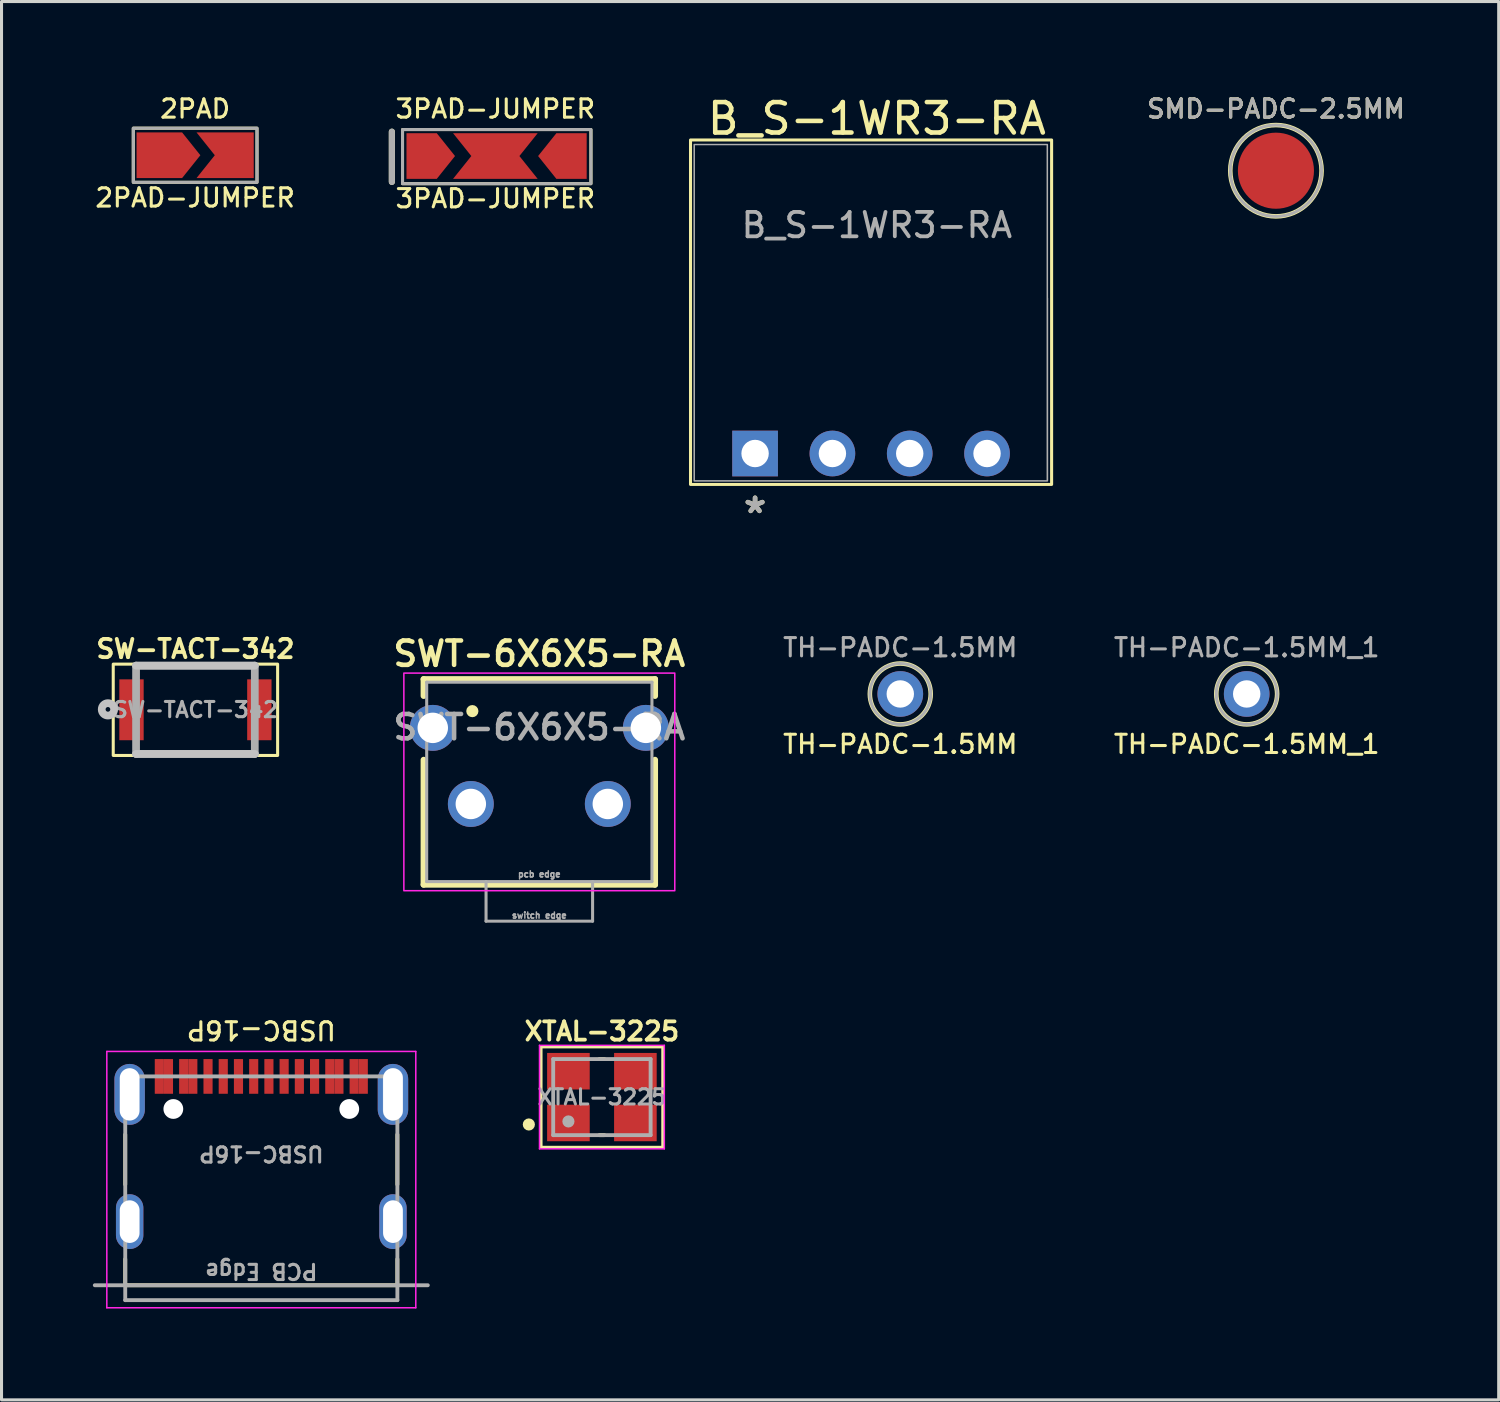
<source format=kicad_pcb>
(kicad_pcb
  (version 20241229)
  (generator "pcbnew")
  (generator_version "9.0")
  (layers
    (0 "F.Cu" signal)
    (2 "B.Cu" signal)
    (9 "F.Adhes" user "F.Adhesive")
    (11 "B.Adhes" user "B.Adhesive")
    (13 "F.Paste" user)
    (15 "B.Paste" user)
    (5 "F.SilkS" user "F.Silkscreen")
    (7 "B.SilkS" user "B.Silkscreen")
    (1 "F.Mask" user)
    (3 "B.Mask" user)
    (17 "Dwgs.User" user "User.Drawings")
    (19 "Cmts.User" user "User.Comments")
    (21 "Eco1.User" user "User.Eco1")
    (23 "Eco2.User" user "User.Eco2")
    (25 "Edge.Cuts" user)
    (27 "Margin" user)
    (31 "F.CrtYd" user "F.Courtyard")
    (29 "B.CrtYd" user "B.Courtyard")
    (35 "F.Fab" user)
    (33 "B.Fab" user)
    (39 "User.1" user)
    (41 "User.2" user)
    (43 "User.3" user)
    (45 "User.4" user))
  (footprint "SWT-6X6X5-RA"
    (layer "F.Cu")
    (at 14.667 22.111)
    (property "Reference" "SWT-6X6X5-RA" (at 0 -3.683 0) (layer "F.SilkS") (effects (font (size 0.8 0.8) (thickness 0.15))))
    (attr through_hole)
    (fp_line (start -3.8 -2.85) (end 3.8 -2.85) (stroke (width 0.2) (type solid)) (layer "F.SilkS"))
    (fp_line (start -3.8 -2.3) (end -3.8 -2.85) (stroke (width 0.2) (type solid)) (layer "F.SilkS"))
    (fp_line (start -3.8 -0.2) (end -3.8 3.9) (stroke (width 0.2) (type solid)) (layer "F.SilkS"))
    (fp_line (start -3.8 3.9) (end 3.8 3.9) (stroke (width 0.2) (type solid)) (layer "F.SilkS"))
    (fp_line (start 3.8 -2.85) (end 3.8 -2.3) (stroke (width 0.2) (type solid)) (layer "F.SilkS"))
    (fp_line (start 3.8 3.9) (end 3.8 -0.2) (stroke (width 0.2) (type solid)) (layer "F.SilkS"))
    (fp_circle (center -2.2 -1.8) (end -2.1 -1.8) (stroke (width 0.2) (type solid)) (fill no) (layer "F.SilkS"))
    (fp_rect (start -4.45 -3.05) (end 4.45 4.1) (stroke (width 0.05) (type default)) (fill no) (layer "F.CrtYd"))
    (fp_line (start -3.7 -2.75) (end 3.7 -2.75) (stroke (width 0.1) (type solid)) (layer "F.Fab"))
    (fp_line (start -3.7 3.8) (end -3.7 -2.75) (stroke (width 0.1) (type solid)) (layer "F.Fab"))
    (fp_line (start -3.7 3.8) (end 3.7 3.8) (stroke (width 0.1) (type solid)) (layer "F.Fab"))
    (fp_line (start -1.75 3.8) (end -1.75 5.1) (stroke (width 0.1) (type solid)) (layer "F.Fab"))
    (fp_line (start -1.75 5.1) (end 1.75 5.1) (stroke (width 0.1) (type solid)) (layer "F.Fab"))
    (fp_line (start 1.75 5.1) (end 1.75 3.8) (stroke (width 0.1) (type solid)) (layer "F.Fab"))
    (fp_line (start 3.7 -2.75) (end 3.7 3.8) (stroke (width 0.1) (type solid)) (layer "F.Fab"))
    (fp_text user "${REFERENCE}" (at 0 -1.27 0) (unlocked yes) (layer "F.Fab") (effects (font (size 0.8 0.8) (thickness 0.15) (bold yes))))
    (fp_text user "switch edge" (at 0 4.91 0) (layer "F.Fab") (effects (font (size 0.2 0.2) (thickness 0.15))))
    (fp_text user "pcb edge" (at 0 3.556 0) (layer "F.Fab") (effects (font (size 0.2 0.2) (thickness 0.15))))
    (pad "1" thru_hole circle (at -3.5 -1.25) (size 1.508 1.508) (drill 1) (layers "*.Cu" "*.Mask"))
    (pad "2" thru_hole circle (at -2.25 1.25) (size 1.508 1.508) (drill 1) (layers "*.Cu" "*.Mask"))
    (pad "3" thru_hole circle (at 2.25 1.25) (size 1.508 1.508) (drill 1) (layers "*.Cu" "*.Mask"))
    (pad "4" thru_hole circle (at 3.5 -1.25) (size 1.508 1.508) (drill 1) (layers "*.Cu" "*.Mask")))
  (footprint "XTAL-3225"
    (layer "F.Cu")
    (at 16.723 32.99)
    (property "Reference" "XTAL-3225" (at 0 -2.159 0) (layer "F.SilkS") (effects (font (size 0.6 0.6) (thickness 0.125) (bold yes))))
    (attr smd)
    (fp_line (start 0.08 -1.25) (end -0.08 -1.25) (stroke (width 0.127) (type solid)) (layer "F.SilkS"))
    (fp_line (start 0.08 1.25) (end -0.08 1.25) (stroke (width 0.127) (type solid)) (layer "F.SilkS"))
    (fp_rect (start -2 -1.65) (end 2 1.65) (stroke (width 0.1) (type default)) (fill no) (layer "F.SilkS"))
    (fp_circle (center -2.4 0.9) (end -2.3 0.9) (stroke (width 0.2) (type solid)) (fill no) (layer "F.SilkS"))
    (fp_line (start -2.05 1.7) (end -2.05 -1.7) (stroke (width 0.05) (type solid)) (layer "F.CrtYd"))
    (fp_line (start 2.05 -1.7) (end -2.05 -1.7) (stroke (width 0.05) (type solid)) (layer "F.CrtYd"))
    (fp_line (start 2.05 -1.7) (end 2.05 1.7) (stroke (width 0.05) (type solid)) (layer "F.CrtYd"))
    (fp_line (start 2.05 1.7) (end -2.05 1.7) (stroke (width 0.05) (type solid)) (layer "F.CrtYd"))
    (fp_line (start -1.6 1.25) (end -1.6 -1.25) (stroke (width 0.127) (type solid)) (layer "F.Fab"))
    (fp_line (start 1.6 -1.25) (end -1.6 -1.25) (stroke (width 0.127) (type solid)) (layer "F.Fab"))
    (fp_line (start 1.6 -1.25) (end 1.6 1.25) (stroke (width 0.127) (type solid)) (layer "F.Fab"))
    (fp_line (start 1.6 1.25) (end -1.6 1.25) (stroke (width 0.127) (type solid)) (layer "F.Fab"))
    (fp_circle (center -1.1 0.8) (end -1 0.8) (stroke (width 0.2) (type solid)) (fill no) (layer "F.Fab"))
    (fp_text user "${REFERENCE}" (at 0 0 0) (layer "F.Fab") (effects (font (size 0.5 0.5) (thickness 0.1) (bold yes))))
    (pad "1" smd rect (at -1.1 0.85 90) (size 1.2 1.4) (layers "F.Cu" "F.Mask" "F.Paste"))
    (pad "2" smd rect (at 1.1 0.85 90) (size 1.2 1.4) (layers "F.Cu" "F.Mask" "F.Paste"))
    (pad "3" smd rect (at 1.1 -0.85 90) (size 1.2 1.4) (layers "F.Cu" "F.Mask" "F.Paste"))
    (pad "4" smd rect (at -1.1 -0.85 90) (size 1.2 1.4) (layers "F.Cu" "F.Mask" "F.Paste")))
  (footprint "SW-TACT-342"
    (layer "F.Cu")
    (at 3.37 20.267)
    (property "Reference" "SW-TACT-342" (at 0 -2 0) (layer "F.SilkS") (effects (font (size 0.6 0.6) (thickness 0.125) (bold yes))))
    (attr smd)
    (fp_rect (start -2.7 -1.5) (end 2.7 1.5) (stroke (width 0.1) (type default)) (fill no) (layer "F.SilkS"))
    (fp_line (start -1.95 -1.45) (end 1.95 -1.45) (stroke (width 0.254) (type solid)) (layer "Dwgs.User"))
    (fp_line (start 1.95 1.45) (end -1.95 1.45) (stroke (width 0.254) (type solid)) (layer "Dwgs.User"))
    (fp_circle (center -2.874 -0.014) (end -2.797 -0.014) (stroke (width 0.254) (type solid)) (fill no) (layer "Dwgs.User"))
    (fp_line (start -1.95 -1.45) (end 1.95 -1.45) (stroke (width 0.254) (type solid)) (layer "F.Fab"))
    (fp_line (start -1.95 1.45) (end -1.95 -1.45) (stroke (width 0.254) (type solid)) (layer "F.Fab"))
    (fp_line (start 1.95 -1.45) (end 1.95 1.45) (stroke (width 0.254) (type solid)) (layer "F.Fab"))
    (fp_line (start 1.95 1.45) (end -1.95 1.45) (stroke (width 0.254) (type solid)) (layer "F.Fab"))
    (fp_text user "${REFERENCE}" (at 0 0 0) (unlocked yes) (layer "F.Fab") (effects (font (size 0.5 0.5) (thickness 0.1) (bold yes))))
    (pad "1" smd rect (at -2.1 0 90) (size 2 0.8) (layers "F.Cu" "F.Mask" "F.Paste"))
    (pad "2" smd rect (at 2.1 0 90) (size 2 0.8) (layers "F.Cu" "F.Mask" "F.Paste")))
  (footprint "USBC-16P"
    (layer "F.Cu")
    (at 5.534 32.311)
    (property "Reference" "USBC-16P" (at 0 -1.524 180) (unlocked yes) (layer "F.SilkS") (effects (font (size 0.6 0.6) (thickness 0.1) (bold yes))))
    (attr smd)
    (fp_line (start -4.47 1.91) (end -4.47 3.55) (stroke (width 0.127) (type solid)) (layer "F.SilkS"))
    (fp_line (start -4.47 6.86) (end -4.47 6) (stroke (width 0.127) (type solid)) (layer "F.SilkS"))
    (fp_line (start -4.47 6.86) (end 4.47 6.86) (stroke (width 0.127) (type solid)) (layer "F.SilkS"))
    (fp_line (start 4.47 1.91) (end 4.47 3.55) (stroke (width 0.127) (type solid)) (layer "F.SilkS"))
    (fp_line (start 4.47 6.86) (end 4.47 6) (stroke (width 0.127) (type solid)) (layer "F.SilkS"))
    (fp_line (start 4 1.14) (end 4 0.09) (stroke (width 0.01) (type solid)) (layer "Edge.Cuts"))
    (fp_line (start 4.65 0.04) (end 4.65 1.14) (stroke (width 0.01) (type solid)) (layer "Edge.Cuts"))
    (fp_arc (start 4 0.09) (mid 4.087513 -0.151274) (end 4.32 -0.26) (stroke (width 0.01) (type solid)) (layer "Edge.Cuts"))
    (fp_arc (start 4.32 -0.26) (mid 4.547132 -0.178345) (end 4.65 0.04) (stroke (width 0.01) (type solid)) (layer "Edge.Cuts"))
    (fp_arc (start 4.32 1.44) (mid 4.097868 1.356274) (end 4 1.14) (stroke (width 0.01) (type solid)) (layer "Edge.Cuts"))
    (fp_arc (start 4.65 1.14) (mid 4.547132 1.358345) (end 4.32 1.44) (stroke (width 0.01) (type solid)) (layer "Edge.Cuts"))
    (fp_line (start -5.075 -0.82) (end -5.075 7.6) (stroke (width 0.05) (type solid)) (layer "F.CrtYd"))
    (fp_line (start -5.075 7.6) (end 5.075 7.6) (stroke (width 0.05) (type solid)) (layer "F.CrtYd"))
    (fp_line (start 5.075 -0.82) (end -5.075 -0.82) (stroke (width 0.05) (type solid)) (layer "F.CrtYd"))
    (fp_line (start 5.075 7.6) (end 5.075 -0.82) (stroke (width 0.05) (type solid)) (layer "F.CrtYd"))
    (fp_line (start -5.47 6.86) (end 5.47 6.86) (stroke (width 0.127) (type solid)) (layer "F.Fab"))
    (fp_line (start -4.47 0) (end -4.47 7.35) (stroke (width 0.127) (type solid)) (layer "F.Fab"))
    (fp_line (start -4.47 7.35) (end 4.47 7.35) (stroke (width 0.127) (type solid)) (layer "F.Fab"))
    (fp_line (start 4.47 0) (end -4.47 0) (stroke (width 0.127) (type solid)) (layer "F.Fab"))
    (fp_line (start 4.47 7.35) (end 4.47 0) (stroke (width 0.127) (type solid)) (layer "F.Fab"))
    (fp_text user "${REFERENCE}" (at 0 2.54 180) (unlocked yes) (layer "F.Fab") (effects (font (size 0.5 0.5) (thickness 0.1) (bold yes))))
    (fp_text user "PCB Edge" (at 0 6.4 180) (unlocked yes) (layer "F.Fab") (effects (font (size 0.5 0.5) (thickness 0.1) (bold yes))))
    (pad "" np_thru_hole circle (at -2.89 1.07) (size 0.65 0.65) (drill 0.65) (layers "*.Cu" "*.Mask"))
    (pad "" np_thru_hole circle (at 2.89 1.07) (size 0.65 0.65) (drill 0.65) (layers "*.Cu" "*.Mask"))
    (pad "A1" smd rect (at -3.35 0) (size 0.3 1.14) (layers "F.Cu" "F.Mask" "F.Paste"))
    (pad "A4" smd rect (at -2.55 0) (size 0.3 1.14) (layers "F.Cu" "F.Mask" "F.Paste"))
    (pad "A5" smd rect (at -1.25 0) (size 0.3 1.14) (layers "F.Cu" "F.Mask" "F.Paste"))
    (pad "A6" smd rect (at -0.25 0) (size 0.3 1.14) (layers "F.Cu" "F.Mask" "F.Paste"))
    (pad "A7" smd rect (at 0.25 0) (size 0.3 1.14) (layers "F.Cu" "F.Mask" "F.Paste"))
    (pad "A8" smd rect (at 1.25 0) (size 0.3 1.14) (layers "F.Cu" "F.Mask" "F.Paste"))
    (pad "A9" smd rect (at 2.55 0) (size 0.3 1.14) (layers "F.Cu" "F.Mask" "F.Paste"))
    (pad "A12" smd rect (at 3.35 0) (size 0.3 1.14) (layers "F.Cu" "F.Mask" "F.Paste"))
    (pad "B1" smd rect (at 3.05 0) (size 0.3 1.14) (layers "F.Cu" "F.Mask" "F.Paste"))
    (pad "B4" smd rect (at 2.25 0) (size 0.3 1.14) (layers "F.Cu" "F.Mask" "F.Paste"))
    (pad "B5" smd rect (at 1.75 0) (size 0.3 1.14) (layers "F.Cu" "F.Mask" "F.Paste"))
    (pad "B6" smd rect (at 0.75 0) (size 0.3 1.14) (layers "F.Cu" "F.Mask" "F.Paste"))
    (pad "B7" smd rect (at -0.75 0) (size 0.3 1.14) (layers "F.Cu" "F.Mask" "F.Paste"))
    (pad "B8" smd rect (at -1.75 0) (size 0.3 1.14) (layers "F.Cu" "F.Mask" "F.Paste"))
    (pad "B9" smd rect (at -2.25 0) (size 0.3 1.14) (layers "F.Cu" "F.Mask" "F.Paste"))
    (pad "B12" smd rect (at -3.05 0) (size 0.3 1.14) (layers "F.Cu" "F.Mask" "F.Paste"))
    (pad "S1" thru_hole oval (at -4.325 0.59) (size 1 2) (drill oval 0.65 1.72) (layers "*.Cu" "*.Mask"))
    (pad "S2" thru_hole oval (at 4.325 0.59) (size 1 2) (drill oval 0.65 1.72) (layers "*.Cu" "*.Mask"))
    (pad "S3" thru_hole oval (at -4.325 4.77) (size 0.9 1.8) (drill oval 0.65 1.4) (layers "*.Cu" "*.Mask"))
    (pad "S4" thru_hole oval (at 4.325 4.77) (size 0.9 1.8) (drill oval 0.65 1.4) (layers "*.Cu" "*.Mask")))
  (footprint "TH-PADC-1.5MM"
    (layer "F.Cu")
    (at 26.525 19.747)
    (property "Reference" "TH-PADC-1.5MM" (at 0 -1.524 0) (unlocked yes) (layer "F.Fab") (effects (font (size 0.6 0.6) (thickness 0.1))))
    (property "Value" "TH-PADC-1.5MM" (at 0 0 0) (unlocked yes) (layer "F.Fab") (hide yes) (effects (font (size 0.6 0.6) (thickness 0.1))))
    (attr smd)
    (fp_circle (center 0 0) (end 1 0) (stroke (width 0.15) (type default)) (fill no) (layer "F.SilkS"))
    (fp_circle (center 0 0) (end 1 0) (stroke (width 0.1) (type default)) (fill no) (layer "F.Fab"))
    (fp_text user "${VALUE}" (at 0 1.651 0) (unlocked yes) (layer "F.SilkS") (effects (font (size 0.6 0.6) (thickness 0.1))))
    (pad "1" thru_hole circle (at 0 0) (size 1.5 1.5) (drill 0.9) (layers "*.Cu" "*.Mask")))
  (footprint "2PAD-JUMPER"
    (layer "F.Cu")
    (at 3.361 2.05)
    (property "Reference" "2PAD-JUMPER" (at 0 1.397 0) (unlocked yes) (layer "F.SilkS") (effects (font (size 0.6 0.6) (thickness 0.1))))
    (property "Value" "2PAD" (at 0.171 0 0) (unlocked yes) (layer "F.Fab") (hide yes) (effects (font (size 0.6 0.6) (thickness 0.1))))
    (attr smd)
    (fp_rect (start -2.032 -0.889) (end 2.032 0.889) (stroke (width 0.1) (type default)) (fill no) (layer "F.SilkS"))
    (fp_rect (start -2.032 -0.889) (end 2.032 0.889) (stroke (width 0.1) (type default)) (fill no) (layer "F.Fab"))
    (fp_text user "${VALUE}" (at 0 -1.524 0) (unlocked yes) (layer "F.SilkS") (effects (font (size 0.6 0.6) (thickness 0.1))))
    (pad "1" smd custom (at -1.175 0) (size 1.5 1.5) (layers "F.Cu" "F.Mask") (options (anchor rect)) (primitives (gr_poly (pts (xy 0.746 -0.75) (xy 1.346 0) (xy 0.746 0.75)) (width 0) (fill yes))))
    (pad "2" smd custom (at 1.425 0) (size 1 1.5) (layers "F.Cu" "F.Mask") (options (anchor rect)) (primitives (gr_poly (pts (xy -1.38 -0.75) (xy 0.5 -0.75) (xy 0.5 0.75) (xy -1.38 0.75) (xy -0.78 0)) (width 0) (fill yes)))))
  (footprint "TH-PADC-1.5MM_1"
    (layer "F.Cu")
    (at 37.905 19.747)
    (property "Reference" "TH-PADC-1.5MM_1" (at 0 -1.524 0) (unlocked yes) (layer "F.Fab") (effects (font (size 0.6 0.6) (thickness 0.1))))
    (property "Value" "TH-PADC-1.5MM_1" (at 0 0 0) (unlocked yes) (layer "F.Fab") (hide yes) (effects (font (size 0.6 0.6) (thickness 0.1))))
    (attr smd)
    (fp_circle (center 0 0) (end 1 0) (stroke (width 0.15) (type default)) (fill no) (layer "F.SilkS"))
    (fp_circle (center 0 0) (end 1 0) (stroke (width 0.1) (type default)) (fill no) (layer "F.Fab"))
    (fp_text user "${VALUE}" (at 0 1.651 0) (unlocked yes) (layer "F.SilkS") (effects (font (size 0.6 0.6) (thickness 0.1))))
    (pad "1" thru_hole circle (at 0 0) (size 1.5 1.5) (drill 0.9) (layers "*.Cu" "*.Mask")))
  (footprint "SMD-PADC-2.5MM"
    (layer "F.Cu")
    (at 38.865 2.558)
    (property "Reference" "SMD-PADC-2.5MM" (at 0 -2.032 0) (unlocked yes) (layer "F.Fab") (effects (font (size 0.6 0.6) (thickness 0.1))))
    (property "Value" "SMD-PADC-2.5MM" (at 0 0 0) (unlocked yes) (layer "F.Fab") (hide yes) (effects (font (size 0.6 0.6) (thickness 0.1))))
    (attr smd)
    (fp_circle (center 0 0) (end 1.5 0) (stroke (width 0.15) (type default)) (fill no) (layer "F.SilkS"))
    (fp_circle (center 0 0) (end 1.5 0) (stroke (width 0.1) (type default)) (fill no) (layer "F.Fab"))
    (fp_text user "${VALUE}" (at 0 -2.032 0) (unlocked yes) (layer "F.SilkS") (effects (font (size 0.6 0.6) (thickness 0.1))))
    (pad "1" smd circle (at 0 0) (size 2.5 2.5) (layers "F.Cu" "F.Mask")))
  (footprint "B_S-1WR3-RA"
    (layer "F.Cu")
    (at 21.755 11.848)
    (property "Reference" "B_S-1WR3-RA" (at 4 -11 0) (unlocked yes) (layer "F.SilkS") (effects (font (size 1 1) (thickness 0.15))))
    (attr through_hole)
    (fp_rect (start -2.121 -10.3) (end 9.741 1.016) (stroke (width 0.1) (type default)) (fill no) (layer "F.SilkS"))
    (fp_rect (start -2.1 -10.25) (end 9.7 0.95) (stroke (width 0.1) (type default)) (fill no) (layer "Margin"))
    (fp_line (start -1.994 -6.094) (end -1.994 -0.1) (stroke (width 0.025) (type solid)) (layer "F.Fab"))
    (fp_line (start 9.614 0.889) (end 9.614 -5.105) (stroke (width 0.025) (type solid)) (layer "F.Fab"))
    (fp_rect (start -2 -10.15) (end 9.6 0.9) (stroke (width 0.05) (type solid)) (fill no) (layer "F.Fab"))
    (fp_text user "*" (at 0 2 0) (unlocked yes) (layer "F.SilkS") (effects (font (size 1 1) (thickness 0.15))))
    (fp_text user "*" (at 0 2 0) (layer "F.Fab") (effects (font (size 1 1) (thickness 0.15))))
    (fp_text user "${REFERENCE}" (at 4 -7.5 0) (unlocked yes) (layer "F.Fab") (effects (font (size 0.8 0.8) (thickness 0.125))))
    (pad "1" thru_hole rect (at 0 0) (size 1.5 1.5) (drill 0.9) (layers "*.Cu" "*.Mask"))
    (pad "2" thru_hole circle (at 2.54 0) (size 1.5 1.5) (drill 0.9) (layers "*.Cu" "*.Mask"))
    (pad "3" thru_hole circle (at 5.08 0) (size 1.5 1.5) (drill 0.9) (layers "*.Cu" "*.Mask"))
    (pad "4" thru_hole circle (at 7.62 0) (size 1.5 1.5) (drill 0.9) (layers "*.Cu" "*.Mask")))
  (footprint "3PAD-JUMPER"
    (layer "F.Cu")
    (at 13.223 2.076)
    (property "Reference" "3PAD-JUMPER" (at 0 1.397 0) (unlocked yes) (layer "F.SilkS") (effects (font (size 0.6 0.6) (thickness 0.1))))
    (property "Value" "3PAD-JUMPER" (at 0 0 0) (unlocked yes) (layer "F.Fab") (hide yes) (effects (font (size 0.6 0.6) (thickness 0.1))))
    (attr smd)
    (fp_line (start -3.4 -0.8) (end -3.4 0.85) (stroke (width 0.2) (type default)) (layer "F.SilkS"))
    (fp_rect (start -3.05 -0.87) (end 3.14 0.908) (stroke (width 0.1) (type default)) (fill no) (layer "F.SilkS"))
    (fp_line (start -3.4 -0.8) (end -3.4 0.85) (stroke (width 0.2) (type default)) (layer "F.Fab"))
    (fp_rect (start -3.05 -0.87) (end 3.14 0.908) (stroke (width 0.1) (type default)) (fill no) (layer "F.Fab"))
    (fp_text user "${VALUE}" (at 0 -1.55 0) (unlocked yes) (layer "F.SilkS") (effects (font (size 0.6 0.6) (thickness 0.1))))
    (pad "1" smd custom (at -2.42 0) (size 1 1.5) (layers "F.Cu" "F.Mask") (options (anchor rect)) (primitives (gr_poly (pts (xy 0.495 -0.75) (xy 1.095 0) (xy 0.495 0.75)) (width 0) (fill yes))))
    (pad "2" smd custom (at 0 0) (size 1 1.5) (layers "F.Cu" "F.Mask") (options (anchor rect)) (primitives (gr_poly (pts (xy -1.39 -0.75) (xy -0.79 0) (xy -1.39 0.75) (xy -0.49 0.75) (xy -0.49 -0.75)) (width 0) (fill yes)) (gr_poly (pts (xy 1.39 -0.75) (xy 0.79 0) (xy 1.39 0.75) (xy 0.49 0.75) (xy 0.49 -0.75)) (width 0) (fill yes))))
    (pad "3" smd custom (at 2.5 0) (size 1 1.5) (layers "F.Cu" "F.Mask") (options (anchor rect)) (primitives (gr_poly (pts (xy -0.496 -0.75) (xy -1.096 0) (xy -0.496 0.75)) (width 0) (fill yes)))))
  (gr_rect
    (start -3 -3)
    (end 46.183 42.936)
    (stroke (width 0.1) (type default))
    (fill no)
    (layer "Edge.Cuts")))
</source>
